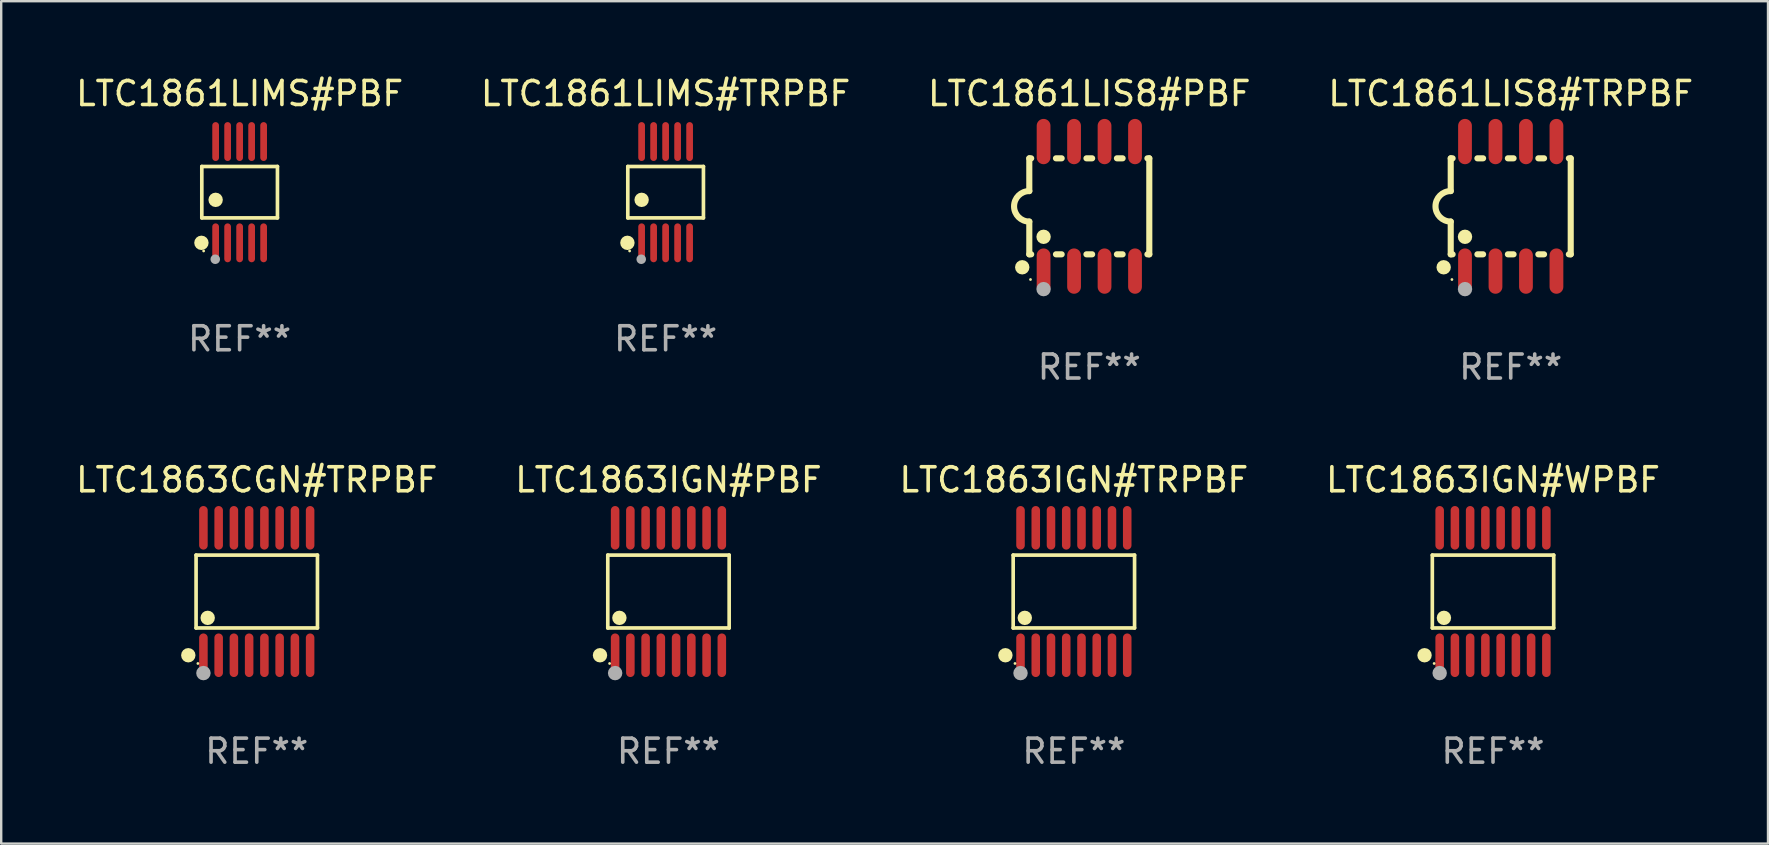
<source format=kicad_pcb>
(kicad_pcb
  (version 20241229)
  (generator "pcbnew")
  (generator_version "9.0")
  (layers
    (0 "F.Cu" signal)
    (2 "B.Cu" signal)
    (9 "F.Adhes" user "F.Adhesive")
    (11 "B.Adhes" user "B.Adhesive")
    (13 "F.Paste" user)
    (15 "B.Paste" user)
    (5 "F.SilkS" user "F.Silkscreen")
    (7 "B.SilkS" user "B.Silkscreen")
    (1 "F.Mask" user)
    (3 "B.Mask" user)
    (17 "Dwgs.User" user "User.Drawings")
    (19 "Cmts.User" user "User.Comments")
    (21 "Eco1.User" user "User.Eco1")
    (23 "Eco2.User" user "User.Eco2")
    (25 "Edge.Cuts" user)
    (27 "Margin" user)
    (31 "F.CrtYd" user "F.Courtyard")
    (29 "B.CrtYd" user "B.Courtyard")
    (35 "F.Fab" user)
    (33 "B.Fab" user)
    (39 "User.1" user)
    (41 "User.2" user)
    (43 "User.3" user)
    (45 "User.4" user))
  (footprint "LTC1863IGN#PBF"
    (layer "F.Cu")
    (at 24.804 21.598)
    (property "Reference" "LTC1863IGN#PBF" (at 0 -4.655 0) (layer "F.SilkS") (effects (font (size 1 1) (thickness 0.15))))
    (attr through_hole)
    (fp_line (start -2.529 -1.519) (end 2.529 -1.519) (stroke (width 0.152) (type solid)) (layer "F.SilkS"))
    (fp_line (start -2.529 1.519) (end -2.529 -1.519) (stroke (width 0.152) (type solid)) (layer "F.SilkS"))
    (fp_line (start 2.529 -1.519) (end 2.529 1.519) (stroke (width 0.152) (type solid)) (layer "F.SilkS"))
    (fp_line (start 2.529 1.519) (end -2.529 1.519) (stroke (width 0.152) (type solid)) (layer "F.SilkS"))
    (fp_circle (center -2.853 2.655) (end -2.703 2.655) (stroke (width 0.3) (type solid)) (fill no) (layer "F.SilkS"))
    (fp_circle (center -2.453 2.998) (end -2.423 2.998) (stroke (width 0.06) (type solid)) (fill no) (layer "F.SilkS"))
    (fp_circle (center -2.045 1.097) (end -1.895 1.097) (stroke (width 0.3) (type solid)) (fill no) (layer "F.SilkS"))
    (fp_circle (center -2.223 3.398) (end -2.072 3.398) (stroke (width 0.3) (type solid)) (fill no) (layer "F.Fab"))
    (fp_text user "REF**" (at 0 6.655 0) (layer "F.Fab") (effects (font (size 1 1) (thickness 0.15))))
    (pad "1" smd oval (at -2.223 2.655) (size 0.356 1.815) (layers "F.Cu" "F.Mask" "F.Paste"))
    (pad "2" smd oval (at -1.588 2.655) (size 0.356 1.815) (layers "F.Cu" "F.Mask" "F.Paste"))
    (pad "3" smd oval (at -0.953 2.655) (size 0.356 1.815) (layers "F.Cu" "F.Mask" "F.Paste"))
    (pad "4" smd oval (at -0.318 2.655) (size 0.356 1.815) (layers "F.Cu" "F.Mask" "F.Paste"))
    (pad "5" smd oval (at 0.318 2.655) (size 0.356 1.815) (layers "F.Cu" "F.Mask" "F.Paste"))
    (pad "6" smd oval (at 0.953 2.655) (size 0.356 1.815) (layers "F.Cu" "F.Mask" "F.Paste"))
    (pad "7" smd oval (at 1.588 2.655) (size 0.356 1.815) (layers "F.Cu" "F.Mask" "F.Paste"))
    (pad "8" smd oval (at 2.223 2.655) (size 0.356 1.815) (layers "F.Cu" "F.Mask" "F.Paste"))
    (pad "9" smd oval (at 2.223 -2.655) (size 0.356 1.815) (layers "F.Cu" "F.Mask" "F.Paste"))
    (pad "10" smd oval (at 1.588 -2.655) (size 0.356 1.815) (layers "F.Cu" "F.Mask" "F.Paste"))
    (pad "11" smd oval (at 0.953 -2.655) (size 0.356 1.815) (layers "F.Cu" "F.Mask" "F.Paste"))
    (pad "12" smd oval (at 0.318 -2.655) (size 0.356 1.815) (layers "F.Cu" "F.Mask" "F.Paste"))
    (pad "13" smd oval (at -0.318 -2.655) (size 0.356 1.815) (layers "F.Cu" "F.Mask" "F.Paste"))
    (pad "14" smd oval (at -0.953 -2.655) (size 0.356 1.815) (layers "F.Cu" "F.Mask" "F.Paste"))
    (pad "15" smd oval (at -1.588 -2.655) (size 0.356 1.815) (layers "F.Cu" "F.Mask" "F.Paste"))
    (pad "16" smd oval (at -2.223 -2.655) (size 0.356 1.815) (layers "F.Cu" "F.Mask" "F.Paste")))
  (footprint "LTC1861LIMS#TRPBF"
    (layer "F.Cu")
    (at 24.685 4.958)
    (property "Reference" "LTC1861LIMS#TRPBF" (at 0 -4.11 0) (layer "F.SilkS") (effects (font (size 1 1) (thickness 0.15))))
    (attr through_hole)
    (fp_line (start -1.576 -1.071) (end 1.576 -1.071) (stroke (width 0.152) (type solid)) (layer "F.SilkS"))
    (fp_line (start -1.576 1.071) (end -1.576 -1.071) (stroke (width 0.152) (type solid)) (layer "F.SilkS"))
    (fp_line (start 1.576 -1.071) (end 1.576 1.071) (stroke (width 0.152) (type solid)) (layer "F.SilkS"))
    (fp_line (start 1.576 1.071) (end -1.576 1.071) (stroke (width 0.152) (type solid)) (layer "F.SilkS"))
    (fp_circle (center -1.592 2.11) (end -1.442 2.11) (stroke (width 0.3) (type solid)) (fill no) (layer "F.SilkS"))
    (fp_circle (center -1.5 2.45) (end -1.47 2.45) (stroke (width 0.06) (type solid)) (fill no) (layer "F.SilkS"))
    (fp_circle (center -1 0.319) (end -0.85 0.319) (stroke (width 0.3) (type solid)) (fill no) (layer "F.SilkS"))
    (fp_circle (center -1.016 2.794) (end -0.916 2.794) (stroke (width 0.2) (type solid)) (fill no) (layer "F.Fab"))
    (fp_text user "REF**" (at 0 6.11 0) (layer "F.Fab") (effects (font (size 1 1) (thickness 0.15))))
    (pad "1" smd oval (at -1 2.11) (size 0.28 1.62) (layers "F.Cu" "F.Mask" "F.Paste"))
    (pad "2" smd oval (at -0.5 2.11) (size 0.28 1.62) (layers "F.Cu" "F.Mask" "F.Paste"))
    (pad "3" smd oval (at 0 2.11) (size 0.28 1.62) (layers "F.Cu" "F.Mask" "F.Paste"))
    (pad "4" smd oval (at 0.5 2.11) (size 0.28 1.62) (layers "F.Cu" "F.Mask" "F.Paste"))
    (pad "5" smd oval (at 1 2.11) (size 0.28 1.62) (layers "F.Cu" "F.Mask" "F.Paste"))
    (pad "6" smd oval (at 1 -2.11) (size 0.28 1.62) (layers "F.Cu" "F.Mask" "F.Paste"))
    (pad "7" smd oval (at 0.5 -2.11) (size 0.28 1.62) (layers "F.Cu" "F.Mask" "F.Paste"))
    (pad "8" smd oval (at 0 -2.11) (size 0.28 1.62) (layers "F.Cu" "F.Mask" "F.Paste"))
    (pad "9" smd oval (at -0.5 -2.11) (size 0.28 1.62) (layers "F.Cu" "F.Mask" "F.Paste"))
    (pad "10" smd oval (at -1 -2.11) (size 0.28 1.62) (layers "F.Cu" "F.Mask" "F.Paste")))
  (footprint "LTC1861LIS8#TRPBF"
    (layer "F.Cu")
    (at 59.899 5.547)
    (property "Reference" "LTC1861LIS8#TRPBF" (at 0 -4.699 0) (layer "F.SilkS") (effects (font (size 1 1) (thickness 0.15))))
    (attr through_hole)
    (fp_line (start -2.5 -2) (end -2.5 -0.635) (stroke (width 0.254) (type solid)) (layer "F.SilkS"))
    (fp_line (start -2.5 -2) (end -2.421 -2) (stroke (width 0.254) (type solid)) (layer "F.SilkS"))
    (fp_line (start -2.5 2) (end -2.5 0.635) (stroke (width 0.254) (type solid)) (layer "F.SilkS"))
    (fp_line (start -2.5 2) (end -2.421 2) (stroke (width 0.254) (type solid)) (layer "F.SilkS"))
    (fp_line (start -1.389 -2) (end -1.151 -2) (stroke (width 0.254) (type solid)) (layer "F.SilkS"))
    (fp_line (start -1.389 2) (end -1.151 2) (stroke (width 0.254) (type solid)) (layer "F.SilkS"))
    (fp_line (start -0.119 -2) (end 0.119 -2) (stroke (width 0.254) (type solid)) (layer "F.SilkS"))
    (fp_line (start -0.119 2) (end 0.119 2) (stroke (width 0.254) (type solid)) (layer "F.SilkS"))
    (fp_line (start 1.151 -2) (end 1.389 -2) (stroke (width 0.254) (type solid)) (layer "F.SilkS"))
    (fp_line (start 1.151 2) (end 1.389 2) (stroke (width 0.254) (type solid)) (layer "F.SilkS"))
    (fp_line (start 2.421 -2) (end 2.5 -2) (stroke (width 0.254) (type solid)) (layer "F.SilkS"))
    (fp_line (start 2.421 2) (end 2.5 2) (stroke (width 0.254) (type solid)) (layer "F.SilkS"))
    (fp_line (start 2.5 -2) (end 2.5 2) (stroke (width 0.254) (type solid)) (layer "F.SilkS"))
    (fp_arc (start -2.5 0.635001) (mid -3.134366 -0.000318) (end -2.499365 -0.635001) (stroke (width 0.254001) (type solid)) (layer "F.SilkS"))
    (fp_circle (center -2.794 2.54) (end -2.644 2.54) (stroke (width 0.3) (type solid)) (fill no) (layer "F.SilkS"))
    (fp_circle (center -2.45 3.05) (end -2.42 3.05) (stroke (width 0.06) (type solid)) (fill no) (layer "F.SilkS"))
    (fp_circle (center -1.905 1.27) (end -1.755 1.27) (stroke (width 0.3) (type solid)) (fill no) (layer "F.SilkS"))
    (fp_circle (center -1.905 3.45) (end -1.755 3.45) (stroke (width 0.3) (type solid)) (fill no) (layer "F.Fab"))
    (fp_text user "REF**" (at 0 6.699 0) (layer "F.Fab") (effects (font (size 1 1) (thickness 0.15))))
    (pad "1" smd oval (at -1.905 2.699) (size 0.574 1.888) (layers "F.Cu" "F.Mask" "F.Paste"))
    (pad "2" smd oval (at -0.635 2.699) (size 0.574 1.888) (layers "F.Cu" "F.Mask" "F.Paste"))
    (pad "3" smd oval (at 0.635 2.699) (size 0.574 1.888) (layers "F.Cu" "F.Mask" "F.Paste"))
    (pad "4" smd oval (at 1.905 2.699) (size 0.574 1.888) (layers "F.Cu" "F.Mask" "F.Paste"))
    (pad "5" smd oval (at 1.905 -2.699) (size 0.574 1.888) (layers "F.Cu" "F.Mask" "F.Paste"))
    (pad "6" smd oval (at 0.635 -2.699) (size 0.574 1.888) (layers "F.Cu" "F.Mask" "F.Paste"))
    (pad "7" smd oval (at -0.635 -2.699) (size 0.574 1.888) (layers "F.Cu" "F.Mask" "F.Paste"))
    (pad "8" smd oval (at -1.905 -2.699) (size 0.574 1.888) (layers "F.Cu" "F.Mask" "F.Paste")))
  (footprint "LTC1861LIMS#PBF"
    (layer "F.Cu")
    (at 6.935 4.958)
    (property "Reference" "LTC1861LIMS#PBF" (at 0 -4.11 0) (layer "F.SilkS") (effects (font (size 1 1) (thickness 0.15))))
    (attr through_hole)
    (fp_line (start -1.576 -1.071) (end 1.576 -1.071) (stroke (width 0.152) (type solid)) (layer "F.SilkS"))
    (fp_line (start -1.576 1.071) (end -1.576 -1.071) (stroke (width 0.152) (type solid)) (layer "F.SilkS"))
    (fp_line (start 1.576 -1.071) (end 1.576 1.071) (stroke (width 0.152) (type solid)) (layer "F.SilkS"))
    (fp_line (start 1.576 1.071) (end -1.576 1.071) (stroke (width 0.152) (type solid)) (layer "F.SilkS"))
    (fp_circle (center -1.592 2.11) (end -1.442 2.11) (stroke (width 0.3) (type solid)) (fill no) (layer "F.SilkS"))
    (fp_circle (center -1.5 2.45) (end -1.47 2.45) (stroke (width 0.06) (type solid)) (fill no) (layer "F.SilkS"))
    (fp_circle (center -1 0.319) (end -0.85 0.319) (stroke (width 0.3) (type solid)) (fill no) (layer "F.SilkS"))
    (fp_circle (center -1.016 2.794) (end -0.916 2.794) (stroke (width 0.2) (type solid)) (fill no) (layer "F.Fab"))
    (fp_text user "REF**" (at 0 6.11 0) (layer "F.Fab") (effects (font (size 1 1) (thickness 0.15))))
    (pad "1" smd oval (at -1 2.11) (size 0.28 1.62) (layers "F.Cu" "F.Mask" "F.Paste"))
    (pad "2" smd oval (at -0.5 2.11) (size 0.28 1.62) (layers "F.Cu" "F.Mask" "F.Paste"))
    (pad "3" smd oval (at 0 2.11) (size 0.28 1.62) (layers "F.Cu" "F.Mask" "F.Paste"))
    (pad "4" smd oval (at 0.5 2.11) (size 0.28 1.62) (layers "F.Cu" "F.Mask" "F.Paste"))
    (pad "5" smd oval (at 1 2.11) (size 0.28 1.62) (layers "F.Cu" "F.Mask" "F.Paste"))
    (pad "6" smd oval (at 1 -2.11) (size 0.28 1.62) (layers "F.Cu" "F.Mask" "F.Paste"))
    (pad "7" smd oval (at 0.5 -2.11) (size 0.28 1.62) (layers "F.Cu" "F.Mask" "F.Paste"))
    (pad "8" smd oval (at 0 -2.11) (size 0.28 1.62) (layers "F.Cu" "F.Mask" "F.Paste"))
    (pad "9" smd oval (at -0.5 -2.11) (size 0.28 1.62) (layers "F.Cu" "F.Mask" "F.Paste"))
    (pad "10" smd oval (at -1 -2.11) (size 0.28 1.62) (layers "F.Cu" "F.Mask" "F.Paste")))
  (footprint "LTC1863IGN#TRPBF"
    (layer "F.Cu")
    (at 41.696 21.598)
    (property "Reference" "LTC1863IGN#TRPBF" (at 0 -4.655 0) (layer "F.SilkS") (effects (font (size 1 1) (thickness 0.15))))
    (attr through_hole)
    (fp_line (start -2.529 -1.519) (end 2.529 -1.519) (stroke (width 0.152) (type solid)) (layer "F.SilkS"))
    (fp_line (start -2.529 1.519) (end -2.529 -1.519) (stroke (width 0.152) (type solid)) (layer "F.SilkS"))
    (fp_line (start 2.529 -1.519) (end 2.529 1.519) (stroke (width 0.152) (type solid)) (layer "F.SilkS"))
    (fp_line (start 2.529 1.519) (end -2.529 1.519) (stroke (width 0.152) (type solid)) (layer "F.SilkS"))
    (fp_circle (center -2.853 2.655) (end -2.703 2.655) (stroke (width 0.3) (type solid)) (fill no) (layer "F.SilkS"))
    (fp_circle (center -2.453 2.998) (end -2.423 2.998) (stroke (width 0.06) (type solid)) (fill no) (layer "F.SilkS"))
    (fp_circle (center -2.045 1.097) (end -1.895 1.097) (stroke (width 0.3) (type solid)) (fill no) (layer "F.SilkS"))
    (fp_circle (center -2.223 3.398) (end -2.072 3.398) (stroke (width 0.3) (type solid)) (fill no) (layer "F.Fab"))
    (fp_text user "REF**" (at 0 6.655 0) (layer "F.Fab") (effects (font (size 1 1) (thickness 0.15))))
    (pad "1" smd oval (at -2.223 2.655) (size 0.356 1.815) (layers "F.Cu" "F.Mask" "F.Paste"))
    (pad "2" smd oval (at -1.588 2.655) (size 0.356 1.815) (layers "F.Cu" "F.Mask" "F.Paste"))
    (pad "3" smd oval (at -0.953 2.655) (size 0.356 1.815) (layers "F.Cu" "F.Mask" "F.Paste"))
    (pad "4" smd oval (at -0.318 2.655) (size 0.356 1.815) (layers "F.Cu" "F.Mask" "F.Paste"))
    (pad "5" smd oval (at 0.318 2.655) (size 0.356 1.815) (layers "F.Cu" "F.Mask" "F.Paste"))
    (pad "6" smd oval (at 0.953 2.655) (size 0.356 1.815) (layers "F.Cu" "F.Mask" "F.Paste"))
    (pad "7" smd oval (at 1.588 2.655) (size 0.356 1.815) (layers "F.Cu" "F.Mask" "F.Paste"))
    (pad "8" smd oval (at 2.223 2.655) (size 0.356 1.815) (layers "F.Cu" "F.Mask" "F.Paste"))
    (pad "9" smd oval (at 2.223 -2.655) (size 0.356 1.815) (layers "F.Cu" "F.Mask" "F.Paste"))
    (pad "10" smd oval (at 1.588 -2.655) (size 0.356 1.815) (layers "F.Cu" "F.Mask" "F.Paste"))
    (pad "11" smd oval (at 0.953 -2.655) (size 0.356 1.815) (layers "F.Cu" "F.Mask" "F.Paste"))
    (pad "12" smd oval (at 0.318 -2.655) (size 0.356 1.815) (layers "F.Cu" "F.Mask" "F.Paste"))
    (pad "13" smd oval (at -0.318 -2.655) (size 0.356 1.815) (layers "F.Cu" "F.Mask" "F.Paste"))
    (pad "14" smd oval (at -0.953 -2.655) (size 0.356 1.815) (layers "F.Cu" "F.Mask" "F.Paste"))
    (pad "15" smd oval (at -1.588 -2.655) (size 0.356 1.815) (layers "F.Cu" "F.Mask" "F.Paste"))
    (pad "16" smd oval (at -2.223 -2.655) (size 0.356 1.815) (layers "F.Cu" "F.Mask" "F.Paste")))
  (footprint "LTC1861LIS8#PBF"
    (layer "F.Cu")
    (at 42.339 5.547)
    (property "Reference" "LTC1861LIS8#PBF" (at 0 -4.699 0) (layer "F.SilkS") (effects (font (size 1 1) (thickness 0.15))))
    (attr through_hole)
    (fp_line (start -2.5 -2) (end -2.5 -0.635) (stroke (width 0.254) (type solid)) (layer "F.SilkS"))
    (fp_line (start -2.5 -2) (end -2.421 -2) (stroke (width 0.254) (type solid)) (layer "F.SilkS"))
    (fp_line (start -2.5 2) (end -2.5 0.635) (stroke (width 0.254) (type solid)) (layer "F.SilkS"))
    (fp_line (start -2.5 2) (end -2.421 2) (stroke (width 0.254) (type solid)) (layer "F.SilkS"))
    (fp_line (start -1.389 -2) (end -1.151 -2) (stroke (width 0.254) (type solid)) (layer "F.SilkS"))
    (fp_line (start -1.389 2) (end -1.151 2) (stroke (width 0.254) (type solid)) (layer "F.SilkS"))
    (fp_line (start -0.119 -2) (end 0.119 -2) (stroke (width 0.254) (type solid)) (layer "F.SilkS"))
    (fp_line (start -0.119 2) (end 0.119 2) (stroke (width 0.254) (type solid)) (layer "F.SilkS"))
    (fp_line (start 1.151 -2) (end 1.389 -2) (stroke (width 0.254) (type solid)) (layer "F.SilkS"))
    (fp_line (start 1.151 2) (end 1.389 2) (stroke (width 0.254) (type solid)) (layer "F.SilkS"))
    (fp_line (start 2.421 -2) (end 2.5 -2) (stroke (width 0.254) (type solid)) (layer "F.SilkS"))
    (fp_line (start 2.421 2) (end 2.5 2) (stroke (width 0.254) (type solid)) (layer "F.SilkS"))
    (fp_line (start 2.5 -2) (end 2.5 2) (stroke (width 0.254) (type solid)) (layer "F.SilkS"))
    (fp_arc (start -2.5 0.635001) (mid -3.134366 -0.000318) (end -2.499365 -0.635001) (stroke (width 0.254001) (type solid)) (layer "F.SilkS"))
    (fp_circle (center -2.794 2.54) (end -2.644 2.54) (stroke (width 0.3) (type solid)) (fill no) (layer "F.SilkS"))
    (fp_circle (center -2.45 3.05) (end -2.42 3.05) (stroke (width 0.06) (type solid)) (fill no) (layer "F.SilkS"))
    (fp_circle (center -1.905 1.27) (end -1.755 1.27) (stroke (width 0.3) (type solid)) (fill no) (layer "F.SilkS"))
    (fp_circle (center -1.905 3.45) (end -1.755 3.45) (stroke (width 0.3) (type solid)) (fill no) (layer "F.Fab"))
    (fp_text user "REF**" (at 0 6.699 0) (layer "F.Fab") (effects (font (size 1 1) (thickness 0.15))))
    (pad "1" smd oval (at -1.905 2.699) (size 0.574 1.888) (layers "F.Cu" "F.Mask" "F.Paste"))
    (pad "2" smd oval (at -0.635 2.699) (size 0.574 1.888) (layers "F.Cu" "F.Mask" "F.Paste"))
    (pad "3" smd oval (at 0.635 2.699) (size 0.574 1.888) (layers "F.Cu" "F.Mask" "F.Paste"))
    (pad "4" smd oval (at 1.905 2.699) (size 0.574 1.888) (layers "F.Cu" "F.Mask" "F.Paste"))
    (pad "5" smd oval (at 1.905 -2.699) (size 0.574 1.888) (layers "F.Cu" "F.Mask" "F.Paste"))
    (pad "6" smd oval (at 0.635 -2.699) (size 0.574 1.888) (layers "F.Cu" "F.Mask" "F.Paste"))
    (pad "7" smd oval (at -0.635 -2.699) (size 0.574 1.888) (layers "F.Cu" "F.Mask" "F.Paste"))
    (pad "8" smd oval (at -1.905 -2.699) (size 0.574 1.888) (layers "F.Cu" "F.Mask" "F.Paste")))
  (footprint "LTC1863IGN#WPBF"
    (layer "F.Cu")
    (at 59.161 21.598)
    (property "Reference" "LTC1863IGN#WPBF" (at 0 -4.655 0) (layer "F.SilkS") (effects (font (size 1 1) (thickness 0.15))))
    (attr through_hole)
    (fp_line (start -2.529 -1.519) (end 2.529 -1.519) (stroke (width 0.152) (type solid)) (layer "F.SilkS"))
    (fp_line (start -2.529 1.519) (end -2.529 -1.519) (stroke (width 0.152) (type solid)) (layer "F.SilkS"))
    (fp_line (start 2.529 -1.519) (end 2.529 1.519) (stroke (width 0.152) (type solid)) (layer "F.SilkS"))
    (fp_line (start 2.529 1.519) (end -2.529 1.519) (stroke (width 0.152) (type solid)) (layer "F.SilkS"))
    (fp_circle (center -2.853 2.655) (end -2.703 2.655) (stroke (width 0.3) (type solid)) (fill no) (layer "F.SilkS"))
    (fp_circle (center -2.453 2.998) (end -2.423 2.998) (stroke (width 0.06) (type solid)) (fill no) (layer "F.SilkS"))
    (fp_circle (center -2.045 1.097) (end -1.895 1.097) (stroke (width 0.3) (type solid)) (fill no) (layer "F.SilkS"))
    (fp_circle (center -2.223 3.398) (end -2.072 3.398) (stroke (width 0.3) (type solid)) (fill no) (layer "F.Fab"))
    (fp_text user "REF**" (at 0 6.655 0) (layer "F.Fab") (effects (font (size 1 1) (thickness 0.15))))
    (pad "1" smd oval (at -2.223 2.655) (size 0.356 1.815) (layers "F.Cu" "F.Mask" "F.Paste"))
    (pad "2" smd oval (at -1.588 2.655) (size 0.356 1.815) (layers "F.Cu" "F.Mask" "F.Paste"))
    (pad "3" smd oval (at -0.953 2.655) (size 0.356 1.815) (layers "F.Cu" "F.Mask" "F.Paste"))
    (pad "4" smd oval (at -0.318 2.655) (size 0.356 1.815) (layers "F.Cu" "F.Mask" "F.Paste"))
    (pad "5" smd oval (at 0.318 2.655) (size 0.356 1.815) (layers "F.Cu" "F.Mask" "F.Paste"))
    (pad "6" smd oval (at 0.953 2.655) (size 0.356 1.815) (layers "F.Cu" "F.Mask" "F.Paste"))
    (pad "7" smd oval (at 1.588 2.655) (size 0.356 1.815) (layers "F.Cu" "F.Mask" "F.Paste"))
    (pad "8" smd oval (at 2.223 2.655) (size 0.356 1.815) (layers "F.Cu" "F.Mask" "F.Paste"))
    (pad "9" smd oval (at 2.223 -2.655) (size 0.356 1.815) (layers "F.Cu" "F.Mask" "F.Paste"))
    (pad "10" smd oval (at 1.588 -2.655) (size 0.356 1.815) (layers "F.Cu" "F.Mask" "F.Paste"))
    (pad "11" smd oval (at 0.953 -2.655) (size 0.356 1.815) (layers "F.Cu" "F.Mask" "F.Paste"))
    (pad "12" smd oval (at 0.318 -2.655) (size 0.356 1.815) (layers "F.Cu" "F.Mask" "F.Paste"))
    (pad "13" smd oval (at -0.318 -2.655) (size 0.356 1.815) (layers "F.Cu" "F.Mask" "F.Paste"))
    (pad "14" smd oval (at -0.953 -2.655) (size 0.356 1.815) (layers "F.Cu" "F.Mask" "F.Paste"))
    (pad "15" smd oval (at -1.588 -2.655) (size 0.356 1.815) (layers "F.Cu" "F.Mask" "F.Paste"))
    (pad "16" smd oval (at -2.223 -2.655) (size 0.356 1.815) (layers "F.Cu" "F.Mask" "F.Paste")))
  (footprint "LTC1863CGN#TRPBF"
    (layer "F.Cu")
    (at 7.649 21.598)
    (property "Reference" "LTC1863CGN#TRPBF" (at 0 -4.655 0) (layer "F.SilkS") (effects (font (size 1 1) (thickness 0.15))))
    (attr through_hole)
    (fp_line (start -2.529 -1.519) (end 2.529 -1.519) (stroke (width 0.152) (type solid)) (layer "F.SilkS"))
    (fp_line (start -2.529 1.519) (end -2.529 -1.519) (stroke (width 0.152) (type solid)) (layer "F.SilkS"))
    (fp_line (start 2.529 -1.519) (end 2.529 1.519) (stroke (width 0.152) (type solid)) (layer "F.SilkS"))
    (fp_line (start 2.529 1.519) (end -2.529 1.519) (stroke (width 0.152) (type solid)) (layer "F.SilkS"))
    (fp_circle (center -2.853 2.655) (end -2.703 2.655) (stroke (width 0.3) (type solid)) (fill no) (layer "F.SilkS"))
    (fp_circle (center -2.453 2.998) (end -2.423 2.998) (stroke (width 0.06) (type solid)) (fill no) (layer "F.SilkS"))
    (fp_circle (center -2.045 1.097) (end -1.895 1.097) (stroke (width 0.3) (type solid)) (fill no) (layer "F.SilkS"))
    (fp_circle (center -2.223 3.398) (end -2.072 3.398) (stroke (width 0.3) (type solid)) (fill no) (layer "F.Fab"))
    (fp_text user "REF**" (at 0 6.655 0) (layer "F.Fab") (effects (font (size 1 1) (thickness 0.15))))
    (pad "1" smd oval (at -2.223 2.655) (size 0.356 1.815) (layers "F.Cu" "F.Mask" "F.Paste"))
    (pad "2" smd oval (at -1.588 2.655) (size 0.356 1.815) (layers "F.Cu" "F.Mask" "F.Paste"))
    (pad "3" smd oval (at -0.953 2.655) (size 0.356 1.815) (layers "F.Cu" "F.Mask" "F.Paste"))
    (pad "4" smd oval (at -0.318 2.655) (size 0.356 1.815) (layers "F.Cu" "F.Mask" "F.Paste"))
    (pad "5" smd oval (at 0.318 2.655) (size 0.356 1.815) (layers "F.Cu" "F.Mask" "F.Paste"))
    (pad "6" smd oval (at 0.953 2.655) (size 0.356 1.815) (layers "F.Cu" "F.Mask" "F.Paste"))
    (pad "7" smd oval (at 1.588 2.655) (size 0.356 1.815) (layers "F.Cu" "F.Mask" "F.Paste"))
    (pad "8" smd oval (at 2.223 2.655) (size 0.356 1.815) (layers "F.Cu" "F.Mask" "F.Paste"))
    (pad "9" smd oval (at 2.223 -2.655) (size 0.356 1.815) (layers "F.Cu" "F.Mask" "F.Paste"))
    (pad "10" smd oval (at 1.588 -2.655) (size 0.356 1.815) (layers "F.Cu" "F.Mask" "F.Paste"))
    (pad "11" smd oval (at 0.953 -2.655) (size 0.356 1.815) (layers "F.Cu" "F.Mask" "F.Paste"))
    (pad "12" smd oval (at 0.318 -2.655) (size 0.356 1.815) (layers "F.Cu" "F.Mask" "F.Paste"))
    (pad "13" smd oval (at -0.318 -2.655) (size 0.356 1.815) (layers "F.Cu" "F.Mask" "F.Paste"))
    (pad "14" smd oval (at -0.953 -2.655) (size 0.356 1.815) (layers "F.Cu" "F.Mask" "F.Paste"))
    (pad "15" smd oval (at -1.588 -2.655) (size 0.356 1.815) (layers "F.Cu" "F.Mask" "F.Paste"))
    (pad "16" smd oval (at -2.223 -2.655) (size 0.356 1.815) (layers "F.Cu" "F.Mask" "F.Paste")))
  (gr_rect
    (start -3 -3)
    (end 70.619 32.101)
    (stroke (width 0.1) (type default))
    (fill no)
    (layer "Edge.Cuts")))
</source>
